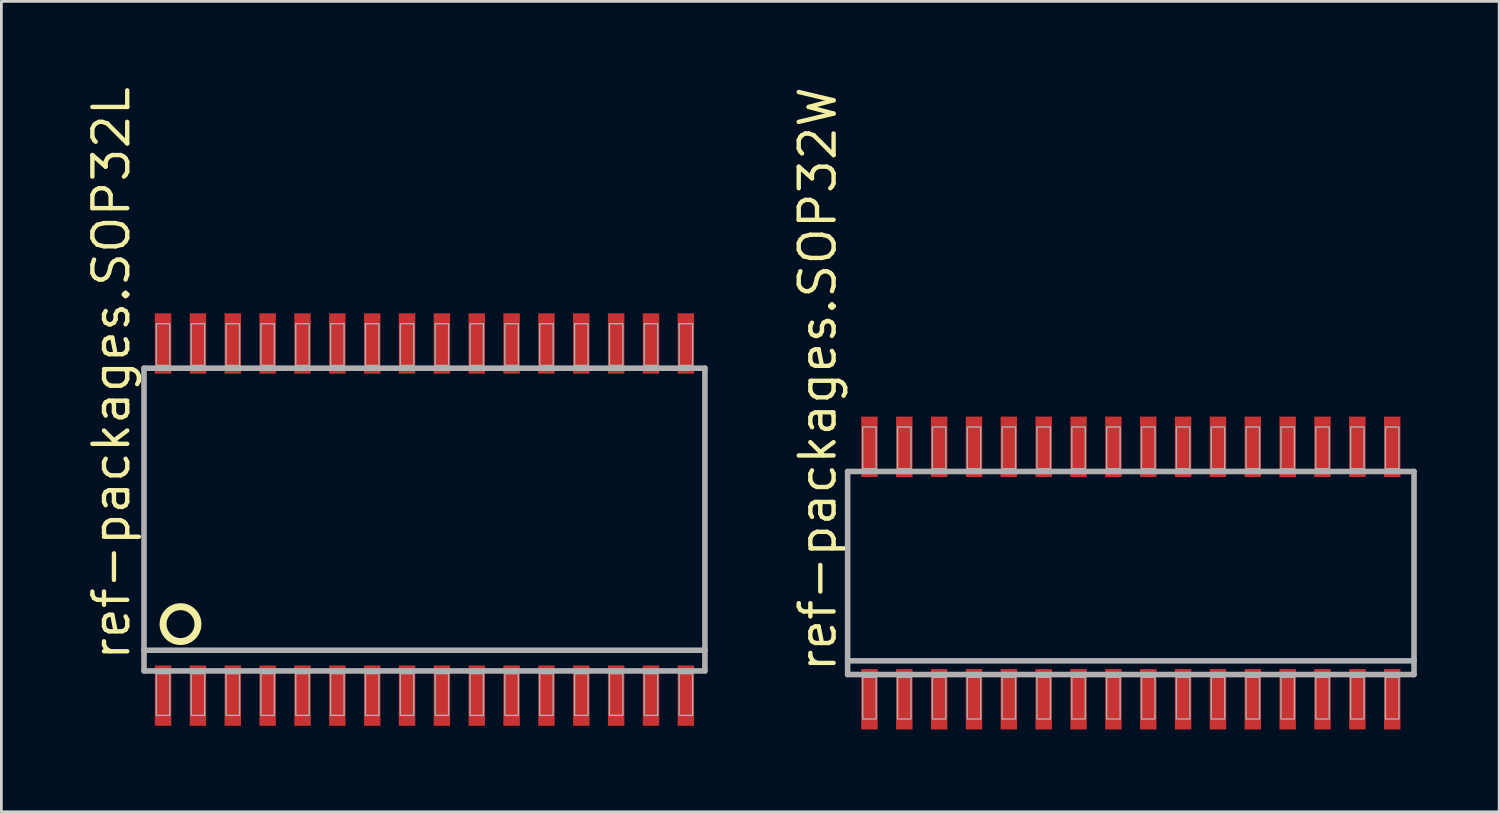
<source format=kicad_pcb>
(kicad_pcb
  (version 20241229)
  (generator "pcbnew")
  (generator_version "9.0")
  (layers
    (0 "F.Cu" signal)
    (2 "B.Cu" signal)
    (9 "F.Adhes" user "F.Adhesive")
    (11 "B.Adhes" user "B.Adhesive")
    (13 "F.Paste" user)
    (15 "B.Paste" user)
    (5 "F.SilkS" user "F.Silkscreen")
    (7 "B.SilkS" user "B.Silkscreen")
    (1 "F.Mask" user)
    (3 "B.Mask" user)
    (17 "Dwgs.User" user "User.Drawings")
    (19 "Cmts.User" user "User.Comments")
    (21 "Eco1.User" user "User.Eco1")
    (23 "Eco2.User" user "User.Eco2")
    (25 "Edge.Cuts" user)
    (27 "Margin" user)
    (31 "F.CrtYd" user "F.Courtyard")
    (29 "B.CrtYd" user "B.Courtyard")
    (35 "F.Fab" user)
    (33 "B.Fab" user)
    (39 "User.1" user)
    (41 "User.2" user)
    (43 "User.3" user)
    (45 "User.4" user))
  (footprint "ref-packages.SOP32W"
    (layer "F.Cu")
    (at 38.158 17.831)
    (property "Reference" "ref-packages.SOP32W" (at -10.668 3.683 90) (layer "F.SilkS") (effects (font (size 1.27 1.27) (thickness 0.16)) (justify left bottom)))
    (attr smd)
    (fp_line (start -10.32 -3.7) (end 10.32 -3.7) (stroke (width 0.203) (type default)) (layer "F.Fab"))
    (fp_line (start -10.32 3.2) (end -10.32 -3.7) (stroke (width 0.203) (type default)) (layer "F.Fab"))
    (fp_line (start -10.32 3.7) (end -10.32 3.2) (stroke (width 0.203) (type default)) (layer "F.Fab"))
    (fp_line (start 10.32 -3.7) (end 10.32 3.2) (stroke (width 0.203) (type default)) (layer "F.Fab"))
    (fp_line (start 10.32 3.2) (end -10.32 3.2) (stroke (width 0.203) (type default)) (layer "F.Fab"))
    (fp_line (start 10.32 3.2) (end 10.32 3.7) (stroke (width 0.203) (type default)) (layer "F.Fab"))
    (fp_line (start 10.32 3.7) (end -10.32 3.7) (stroke (width 0.203) (type default)) (layer "F.Fab"))
    (fp_rect (start -9.77 -3.8) (end -9.28 -5.32) (stroke (width 0.05) (type default)) (fill no) (layer "F.Fab"))
    (fp_rect (start -9.77 5.32) (end -9.28 3.8) (stroke (width 0.05) (type default)) (fill no) (layer "F.Fab"))
    (fp_rect (start -8.5 -3.8) (end -8.01 -5.32) (stroke (width 0.05) (type default)) (fill no) (layer "F.Fab"))
    (fp_rect (start -8.5 5.32) (end -8.01 3.8) (stroke (width 0.05) (type default)) (fill no) (layer "F.Fab"))
    (fp_rect (start -7.23 -3.8) (end -6.74 -5.32) (stroke (width 0.05) (type default)) (fill no) (layer "F.Fab"))
    (fp_rect (start -7.23 5.32) (end -6.74 3.8) (stroke (width 0.05) (type default)) (fill no) (layer "F.Fab"))
    (fp_rect (start -5.96 -3.8) (end -5.47 -5.32) (stroke (width 0.05) (type default)) (fill no) (layer "F.Fab"))
    (fp_rect (start -5.96 5.32) (end -5.47 3.8) (stroke (width 0.05) (type default)) (fill no) (layer "F.Fab"))
    (fp_rect (start -4.69 -3.8) (end -4.2 -5.32) (stroke (width 0.05) (type default)) (fill no) (layer "F.Fab"))
    (fp_rect (start -4.69 5.32) (end -4.2 3.8) (stroke (width 0.05) (type default)) (fill no) (layer "F.Fab"))
    (fp_rect (start -3.42 -3.8) (end -2.93 -5.32) (stroke (width 0.05) (type default)) (fill no) (layer "F.Fab"))
    (fp_rect (start -3.42 5.32) (end -2.93 3.8) (stroke (width 0.05) (type default)) (fill no) (layer "F.Fab"))
    (fp_rect (start -2.15 -3.8) (end -1.66 -5.32) (stroke (width 0.05) (type default)) (fill no) (layer "F.Fab"))
    (fp_rect (start -2.15 5.32) (end -1.66 3.8) (stroke (width 0.05) (type default)) (fill no) (layer "F.Fab"))
    (fp_rect (start -0.88 -3.8) (end -0.39 -5.32) (stroke (width 0.05) (type default)) (fill no) (layer "F.Fab"))
    (fp_rect (start -0.88 5.32) (end -0.39 3.8) (stroke (width 0.05) (type default)) (fill no) (layer "F.Fab"))
    (fp_rect (start 0.39 -3.8) (end 0.88 -5.32) (stroke (width 0.05) (type default)) (fill no) (layer "F.Fab"))
    (fp_rect (start 0.39 5.32) (end 0.88 3.8) (stroke (width 0.05) (type default)) (fill no) (layer "F.Fab"))
    (fp_rect (start 1.66 -3.8) (end 2.15 -5.32) (stroke (width 0.05) (type default)) (fill no) (layer "F.Fab"))
    (fp_rect (start 1.66 5.32) (end 2.15 3.8) (stroke (width 0.05) (type default)) (fill no) (layer "F.Fab"))
    (fp_rect (start 2.93 -3.8) (end 3.42 -5.32) (stroke (width 0.05) (type default)) (fill no) (layer "F.Fab"))
    (fp_rect (start 2.93 5.32) (end 3.42 3.8) (stroke (width 0.05) (type default)) (fill no) (layer "F.Fab"))
    (fp_rect (start 4.2 -3.8) (end 4.69 -5.32) (stroke (width 0.05) (type default)) (fill no) (layer "F.Fab"))
    (fp_rect (start 4.2 5.32) (end 4.69 3.8) (stroke (width 0.05) (type default)) (fill no) (layer "F.Fab"))
    (fp_rect (start 5.47 -3.8) (end 5.96 -5.32) (stroke (width 0.05) (type default)) (fill no) (layer "F.Fab"))
    (fp_rect (start 5.47 5.32) (end 5.96 3.8) (stroke (width 0.05) (type default)) (fill no) (layer "F.Fab"))
    (fp_rect (start 6.74 -3.8) (end 7.23 -5.32) (stroke (width 0.05) (type default)) (fill no) (layer "F.Fab"))
    (fp_rect (start 6.74 5.32) (end 7.23 3.8) (stroke (width 0.05) (type default)) (fill no) (layer "F.Fab"))
    (fp_rect (start 8.01 -3.8) (end 8.5 -5.32) (stroke (width 0.05) (type default)) (fill no) (layer "F.Fab"))
    (fp_rect (start 8.01 5.32) (end 8.5 3.8) (stroke (width 0.05) (type default)) (fill no) (layer "F.Fab"))
    (fp_rect (start 9.28 -3.8) (end 9.77 -5.32) (stroke (width 0.05) (type default)) (fill no) (layer "F.Fab"))
    (fp_rect (start 9.28 5.32) (end 9.77 3.8) (stroke (width 0.05) (type default)) (fill no) (layer "F.Fab"))
    (pad "1" smd roundrect (at -9.525 4.6) (size 0.6 2.2) (layers "F.Cu" "F.Mask" "F.Paste") (roundrect_rratio 0.01))
    (pad "2" smd roundrect (at -8.255 4.6) (size 0.6 2.2) (layers "F.Cu" "F.Mask" "F.Paste") (roundrect_rratio 0.01))
    (pad "3" smd roundrect (at -6.985 4.6) (size 0.6 2.2) (layers "F.Cu" "F.Mask" "F.Paste") (roundrect_rratio 0.01))
    (pad "4" smd roundrect (at -5.715 4.6) (size 0.6 2.2) (layers "F.Cu" "F.Mask" "F.Paste") (roundrect_rratio 0.01))
    (pad "5" smd roundrect (at -4.445 4.6) (size 0.6 2.2) (layers "F.Cu" "F.Mask" "F.Paste") (roundrect_rratio 0.01))
    (pad "6" smd roundrect (at -3.175 4.6) (size 0.6 2.2) (layers "F.Cu" "F.Mask" "F.Paste") (roundrect_rratio 0.01))
    (pad "7" smd roundrect (at -1.905 4.6) (size 0.6 2.2) (layers "F.Cu" "F.Mask" "F.Paste") (roundrect_rratio 0.01))
    (pad "8" smd roundrect (at -0.635 4.6) (size 0.6 2.2) (layers "F.Cu" "F.Mask" "F.Paste") (roundrect_rratio 0.01))
    (pad "9" smd roundrect (at 0.635 4.6) (size 0.6 2.2) (layers "F.Cu" "F.Mask" "F.Paste") (roundrect_rratio 0.01))
    (pad "10" smd roundrect (at 1.905 4.6) (size 0.6 2.2) (layers "F.Cu" "F.Mask" "F.Paste") (roundrect_rratio 0.01))
    (pad "11" smd roundrect (at 3.175 4.6) (size 0.6 2.2) (layers "F.Cu" "F.Mask" "F.Paste") (roundrect_rratio 0.01))
    (pad "12" smd roundrect (at 4.445 4.6) (size 0.6 2.2) (layers "F.Cu" "F.Mask" "F.Paste") (roundrect_rratio 0.01))
    (pad "13" smd roundrect (at 5.715 4.6) (size 0.6 2.2) (layers "F.Cu" "F.Mask" "F.Paste") (roundrect_rratio 0.01))
    (pad "14" smd roundrect (at 6.985 4.6) (size 0.6 2.2) (layers "F.Cu" "F.Mask" "F.Paste") (roundrect_rratio 0.01))
    (pad "15" smd roundrect (at 8.255 4.6) (size 0.6 2.2) (layers "F.Cu" "F.Mask" "F.Paste") (roundrect_rratio 0.01))
    (pad "16" smd roundrect (at 9.525 4.6) (size 0.6 2.2) (layers "F.Cu" "F.Mask" "F.Paste") (roundrect_rratio 0.01))
    (pad "17" smd roundrect (at 9.525 -4.6) (size 0.6 2.2) (layers "F.Cu" "F.Mask" "F.Paste") (roundrect_rratio 0.01))
    (pad "18" smd roundrect (at 8.255 -4.6) (size 0.6 2.2) (layers "F.Cu" "F.Mask" "F.Paste") (roundrect_rratio 0.01))
    (pad "19" smd roundrect (at 6.985 -4.6) (size 0.6 2.2) (layers "F.Cu" "F.Mask" "F.Paste") (roundrect_rratio 0.01))
    (pad "20" smd roundrect (at 5.715 -4.6) (size 0.6 2.2) (layers "F.Cu" "F.Mask" "F.Paste") (roundrect_rratio 0.01))
    (pad "21" smd roundrect (at 4.445 -4.6) (size 0.6 2.2) (layers "F.Cu" "F.Mask" "F.Paste") (roundrect_rratio 0.01))
    (pad "22" smd roundrect (at 3.175 -4.6) (size 0.6 2.2) (layers "F.Cu" "F.Mask" "F.Paste") (roundrect_rratio 0.01))
    (pad "23" smd roundrect (at 1.905 -4.6) (size 0.6 2.2) (layers "F.Cu" "F.Mask" "F.Paste") (roundrect_rratio 0.01))
    (pad "24" smd roundrect (at 0.635 -4.6) (size 0.6 2.2) (layers "F.Cu" "F.Mask" "F.Paste") (roundrect_rratio 0.01))
    (pad "25" smd roundrect (at -0.635 -4.6) (size 0.6 2.2) (layers "F.Cu" "F.Mask" "F.Paste") (roundrect_rratio 0.01))
    (pad "26" smd roundrect (at -1.905 -4.6) (size 0.6 2.2) (layers "F.Cu" "F.Mask" "F.Paste") (roundrect_rratio 0.01))
    (pad "27" smd roundrect (at -3.175 -4.6) (size 0.6 2.2) (layers "F.Cu" "F.Mask" "F.Paste") (roundrect_rratio 0.01))
    (pad "28" smd roundrect (at -4.445 -4.6) (size 0.6 2.2) (layers "F.Cu" "F.Mask" "F.Paste") (roundrect_rratio 0.01))
    (pad "29" smd roundrect (at -5.715 -4.6) (size 0.6 2.2) (layers "F.Cu" "F.Mask" "F.Paste") (roundrect_rratio 0.01))
    (pad "30" smd roundrect (at -6.985 -4.6) (size 0.6 2.2) (layers "F.Cu" "F.Mask" "F.Paste") (roundrect_rratio 0.01))
    (pad "31" smd roundrect (at -8.255 -4.6) (size 0.6 2.2) (layers "F.Cu" "F.Mask" "F.Paste") (roundrect_rratio 0.01))
    (pad "32" smd roundrect (at -9.525 -4.6) (size 0.6 2.2) (layers "F.Cu" "F.Mask" "F.Paste") (roundrect_rratio 0.01)))
  (footprint "ref-packages.SOP32L"
    (layer "F.Cu")
    (at 12.418 15.883)
    (property "Reference" "ref-packages.SOP32L" (at -10.668 5.207 90) (layer "F.SilkS") (effects (font (size 1.27 1.27) (thickness 0.16)) (justify left bottom)))
    (attr smd)
    (fp_circle (center -8.89 3.81) (end -8.255 3.81) (stroke (width 0.254) (type default)) (fill no) (layer "F.SilkS"))
    (fp_line (start -10.22 -5.516) (end 10.22 -5.516) (stroke (width 0.203) (type default)) (layer "F.Fab"))
    (fp_line (start -10.22 4.762) (end -10.22 -5.516) (stroke (width 0.203) (type default)) (layer "F.Fab"))
    (fp_line (start -10.22 5.516) (end -10.22 4.762) (stroke (width 0.203) (type default)) (layer "F.Fab"))
    (fp_line (start 10.22 -5.516) (end 10.22 4.762) (stroke (width 0.203) (type default)) (layer "F.Fab"))
    (fp_line (start 10.22 4.762) (end -10.22 4.762) (stroke (width 0.203) (type default)) (layer "F.Fab"))
    (fp_line (start 10.22 4.762) (end 10.22 5.516) (stroke (width 0.203) (type default)) (layer "F.Fab"))
    (fp_line (start 10.22 5.516) (end -10.22 5.516) (stroke (width 0.203) (type default)) (layer "F.Fab"))
    (fp_rect (start -9.77 -5.616) (end -9.28 -7.136) (stroke (width 0.05) (type default)) (fill no) (layer "F.Fab"))
    (fp_rect (start -9.77 7.136) (end -9.28 5.616) (stroke (width 0.05) (type default)) (fill no) (layer "F.Fab"))
    (fp_rect (start -8.5 -5.616) (end -8.01 -7.136) (stroke (width 0.05) (type default)) (fill no) (layer "F.Fab"))
    (fp_rect (start -8.5 7.136) (end -8.01 5.616) (stroke (width 0.05) (type default)) (fill no) (layer "F.Fab"))
    (fp_rect (start -7.23 -5.616) (end -6.74 -7.136) (stroke (width 0.05) (type default)) (fill no) (layer "F.Fab"))
    (fp_rect (start -7.23 7.136) (end -6.74 5.616) (stroke (width 0.05) (type default)) (fill no) (layer "F.Fab"))
    (fp_rect (start -5.96 -5.616) (end -5.47 -7.136) (stroke (width 0.05) (type default)) (fill no) (layer "F.Fab"))
    (fp_rect (start -5.96 7.136) (end -5.47 5.616) (stroke (width 0.05) (type default)) (fill no) (layer "F.Fab"))
    (fp_rect (start -4.69 -5.616) (end -4.2 -7.136) (stroke (width 0.05) (type default)) (fill no) (layer "F.Fab"))
    (fp_rect (start -4.69 7.136) (end -4.2 5.616) (stroke (width 0.05) (type default)) (fill no) (layer "F.Fab"))
    (fp_rect (start -3.42 -5.616) (end -2.93 -7.136) (stroke (width 0.05) (type default)) (fill no) (layer "F.Fab"))
    (fp_rect (start -3.42 7.136) (end -2.93 5.616) (stroke (width 0.05) (type default)) (fill no) (layer "F.Fab"))
    (fp_rect (start -2.15 -5.616) (end -1.66 -7.136) (stroke (width 0.05) (type default)) (fill no) (layer "F.Fab"))
    (fp_rect (start -2.15 7.136) (end -1.66 5.616) (stroke (width 0.05) (type default)) (fill no) (layer "F.Fab"))
    (fp_rect (start -0.88 -5.616) (end -0.39 -7.136) (stroke (width 0.05) (type default)) (fill no) (layer "F.Fab"))
    (fp_rect (start -0.88 7.136) (end -0.39 5.616) (stroke (width 0.05) (type default)) (fill no) (layer "F.Fab"))
    (fp_rect (start 0.39 -5.616) (end 0.88 -7.136) (stroke (width 0.05) (type default)) (fill no) (layer "F.Fab"))
    (fp_rect (start 0.39 7.136) (end 0.88 5.616) (stroke (width 0.05) (type default)) (fill no) (layer "F.Fab"))
    (fp_rect (start 1.66 -5.616) (end 2.15 -7.136) (stroke (width 0.05) (type default)) (fill no) (layer "F.Fab"))
    (fp_rect (start 1.66 7.136) (end 2.15 5.616) (stroke (width 0.05) (type default)) (fill no) (layer "F.Fab"))
    (fp_rect (start 2.93 -5.616) (end 3.42 -7.136) (stroke (width 0.05) (type default)) (fill no) (layer "F.Fab"))
    (fp_rect (start 2.93 7.136) (end 3.42 5.616) (stroke (width 0.05) (type default)) (fill no) (layer "F.Fab"))
    (fp_rect (start 4.2 -5.616) (end 4.69 -7.136) (stroke (width 0.05) (type default)) (fill no) (layer "F.Fab"))
    (fp_rect (start 4.2 7.136) (end 4.69 5.616) (stroke (width 0.05) (type default)) (fill no) (layer "F.Fab"))
    (fp_rect (start 5.47 -5.616) (end 5.96 -7.136) (stroke (width 0.05) (type default)) (fill no) (layer "F.Fab"))
    (fp_rect (start 5.47 7.136) (end 5.96 5.616) (stroke (width 0.05) (type default)) (fill no) (layer "F.Fab"))
    (fp_rect (start 6.74 -5.616) (end 7.23 -7.136) (stroke (width 0.05) (type default)) (fill no) (layer "F.Fab"))
    (fp_rect (start 6.74 7.136) (end 7.23 5.616) (stroke (width 0.05) (type default)) (fill no) (layer "F.Fab"))
    (fp_rect (start 8.01 -5.616) (end 8.5 -7.136) (stroke (width 0.05) (type default)) (fill no) (layer "F.Fab"))
    (fp_rect (start 8.01 7.136) (end 8.5 5.616) (stroke (width 0.05) (type default)) (fill no) (layer "F.Fab"))
    (fp_rect (start 9.28 -5.616) (end 9.77 -7.136) (stroke (width 0.05) (type default)) (fill no) (layer "F.Fab"))
    (fp_rect (start 9.28 7.136) (end 9.77 5.616) (stroke (width 0.05) (type default)) (fill no) (layer "F.Fab"))
    (pad "1" smd roundrect (at -9.525 6.416) (size 0.6 2.2) (layers "F.Cu" "F.Mask" "F.Paste") (roundrect_rratio 0.01))
    (pad "2" smd roundrect (at -8.255 6.416) (size 0.6 2.2) (layers "F.Cu" "F.Mask" "F.Paste") (roundrect_rratio 0.01))
    (pad "3" smd roundrect (at -6.985 6.416) (size 0.6 2.2) (layers "F.Cu" "F.Mask" "F.Paste") (roundrect_rratio 0.01))
    (pad "4" smd roundrect (at -5.715 6.416) (size 0.6 2.2) (layers "F.Cu" "F.Mask" "F.Paste") (roundrect_rratio 0.01))
    (pad "5" smd roundrect (at -4.445 6.416) (size 0.6 2.2) (layers "F.Cu" "F.Mask" "F.Paste") (roundrect_rratio 0.01))
    (pad "6" smd roundrect (at -3.175 6.416) (size 0.6 2.2) (layers "F.Cu" "F.Mask" "F.Paste") (roundrect_rratio 0.01))
    (pad "7" smd roundrect (at -1.905 6.416) (size 0.6 2.2) (layers "F.Cu" "F.Mask" "F.Paste") (roundrect_rratio 0.01))
    (pad "8" smd roundrect (at -0.635 6.416) (size 0.6 2.2) (layers "F.Cu" "F.Mask" "F.Paste") (roundrect_rratio 0.01))
    (pad "9" smd roundrect (at 0.635 6.416) (size 0.6 2.2) (layers "F.Cu" "F.Mask" "F.Paste") (roundrect_rratio 0.01))
    (pad "10" smd roundrect (at 1.905 6.416) (size 0.6 2.2) (layers "F.Cu" "F.Mask" "F.Paste") (roundrect_rratio 0.01))
    (pad "11" smd roundrect (at 3.175 6.416) (size 0.6 2.2) (layers "F.Cu" "F.Mask" "F.Paste") (roundrect_rratio 0.01))
    (pad "12" smd roundrect (at 4.445 6.416) (size 0.6 2.2) (layers "F.Cu" "F.Mask" "F.Paste") (roundrect_rratio 0.01))
    (pad "13" smd roundrect (at 5.715 6.416) (size 0.6 2.2) (layers "F.Cu" "F.Mask" "F.Paste") (roundrect_rratio 0.01))
    (pad "14" smd roundrect (at 6.985 6.416) (size 0.6 2.2) (layers "F.Cu" "F.Mask" "F.Paste") (roundrect_rratio 0.01))
    (pad "15" smd roundrect (at 8.255 6.416) (size 0.6 2.2) (layers "F.Cu" "F.Mask" "F.Paste") (roundrect_rratio 0.01))
    (pad "16" smd roundrect (at 9.525 6.416) (size 0.6 2.2) (layers "F.Cu" "F.Mask" "F.Paste") (roundrect_rratio 0.01))
    (pad "17" smd roundrect (at 9.525 -6.416) (size 0.6 2.2) (layers "F.Cu" "F.Mask" "F.Paste") (roundrect_rratio 0.01))
    (pad "18" smd roundrect (at 8.255 -6.416) (size 0.6 2.2) (layers "F.Cu" "F.Mask" "F.Paste") (roundrect_rratio 0.01))
    (pad "19" smd roundrect (at 6.985 -6.416) (size 0.6 2.2) (layers "F.Cu" "F.Mask" "F.Paste") (roundrect_rratio 0.01))
    (pad "20" smd roundrect (at 5.715 -6.416) (size 0.6 2.2) (layers "F.Cu" "F.Mask" "F.Paste") (roundrect_rratio 0.01))
    (pad "21" smd roundrect (at 4.445 -6.416) (size 0.6 2.2) (layers "F.Cu" "F.Mask" "F.Paste") (roundrect_rratio 0.01))
    (pad "22" smd roundrect (at 3.175 -6.416) (size 0.6 2.2) (layers "F.Cu" "F.Mask" "F.Paste") (roundrect_rratio 0.01))
    (pad "23" smd roundrect (at 1.905 -6.416) (size 0.6 2.2) (layers "F.Cu" "F.Mask" "F.Paste") (roundrect_rratio 0.01))
    (pad "24" smd roundrect (at 0.635 -6.416) (size 0.6 2.2) (layers "F.Cu" "F.Mask" "F.Paste") (roundrect_rratio 0.01))
    (pad "25" smd roundrect (at -0.635 -6.416) (size 0.6 2.2) (layers "F.Cu" "F.Mask" "F.Paste") (roundrect_rratio 0.01))
    (pad "26" smd roundrect (at -1.905 -6.416) (size 0.6 2.2) (layers "F.Cu" "F.Mask" "F.Paste") (roundrect_rratio 0.01))
    (pad "27" smd roundrect (at -3.175 -6.416) (size 0.6 2.2) (layers "F.Cu" "F.Mask" "F.Paste") (roundrect_rratio 0.01))
    (pad "28" smd roundrect (at -4.445 -6.416) (size 0.6 2.2) (layers "F.Cu" "F.Mask" "F.Paste") (roundrect_rratio 0.01))
    (pad "29" smd roundrect (at -5.715 -6.416) (size 0.6 2.2) (layers "F.Cu" "F.Mask" "F.Paste") (roundrect_rratio 0.01))
    (pad "30" smd roundrect (at -6.985 -6.416) (size 0.6 2.2) (layers "F.Cu" "F.Mask" "F.Paste") (roundrect_rratio 0.01))
    (pad "31" smd roundrect (at -8.255 -6.416) (size 0.6 2.2) (layers "F.Cu" "F.Mask" "F.Paste") (roundrect_rratio 0.01))
    (pad "32" smd roundrect (at -9.525 -6.416) (size 0.6 2.2) (layers "F.Cu" "F.Mask" "F.Paste") (roundrect_rratio 0.01)))
  (gr_rect
    (start -3 -3)
    (end 51.579 26.531)
    (stroke (width 0.1) (type default))
    (fill no)
    (layer "Edge.Cuts")))
</source>
